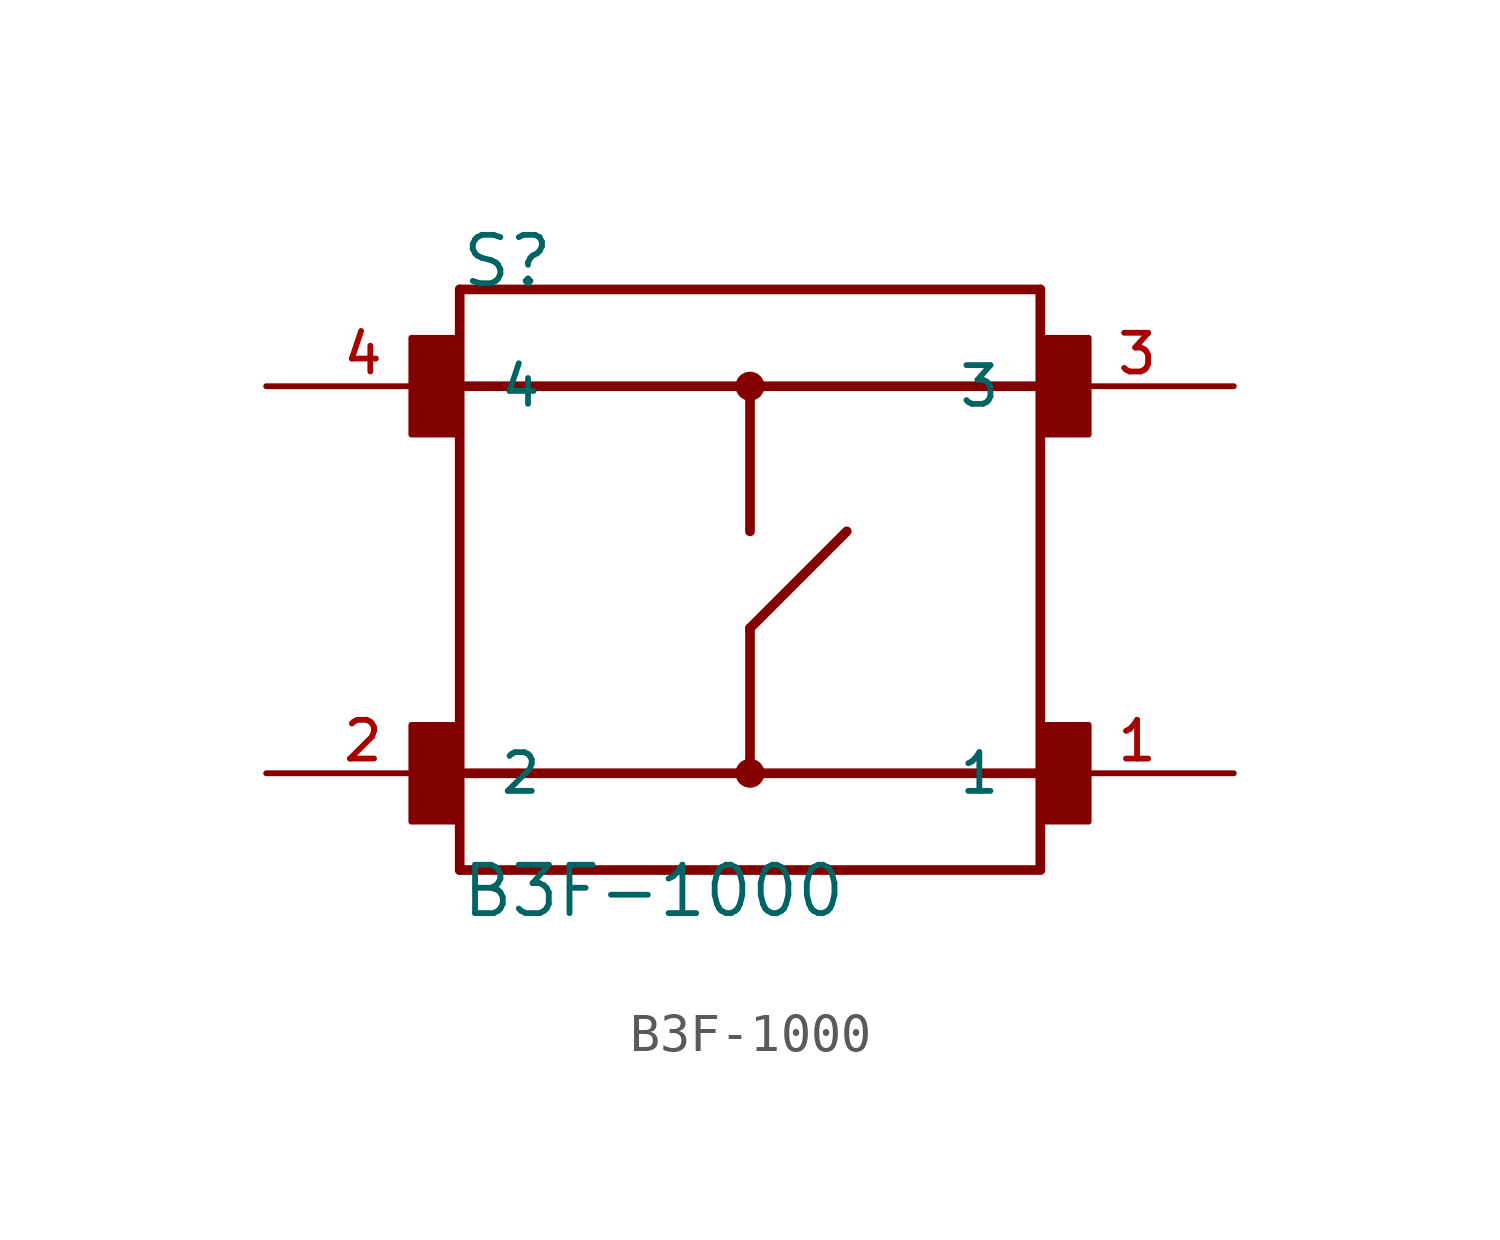
<source format=kicad_sym>
(kicad_symbol_lib
  (version 20211014)
  (generator kicad_symbol_editor)
  (symbol "B3F-1000"
    (pin_names
      (offset 1.016))
    (property "Reference" "S"
      (at -7.62 7.62 0)
      (effects (font (size 1.27 1.27)) (justify left bottom)))
    (property "Value" "B3F-1000"
      (at -7.62 -8.915 0)
      (effects (font (size 1.27 1.27)) (justify left bottom)))
    (property "ki_locked" ""
      (at 0 0 0)
      (effects (font (size 1.27 1.27))))
    (symbol "B3F-1000_0_0"
      (rectangle (start -8.89 -6.35) (end -7.62 -3.81) (stroke (width 0) (type default) (color 0 0 0 0)) (fill (type outline)))
      (rectangle (start -8.89 3.81) (end -7.62 6.35) (stroke (width 0) (type default) (color 0 0 0 0)) (fill (type outline)))
      (circle (center 0 -5.08) (radius 0.254) (stroke (width 0.254) (type default) (color 0 0 0 0)) (fill (type none)))
      (polyline (pts (xy -7.62 -7.62) (xy -7.62 -5.08)) (stroke (width 0.254) (type default) (color 0 0 0 0)) (fill (type none)))
      (polyline (pts (xy -7.62 -5.08) (xy -7.62 5.08)) (stroke (width 0.254) (type default) (color 0 0 0 0)) (fill (type none)))
      (polyline (pts (xy -7.62 -5.08) (xy 0 -5.08)) (stroke (width 0.254) (type default) (color 0 0 0 0)) (fill (type none)))
      (polyline (pts (xy -7.62 5.08) (xy -7.62 7.62)) (stroke (width 0.254) (type default) (color 0 0 0 0)) (fill (type none)))
      (polyline (pts (xy -7.62 5.08) (xy 0 5.08)) (stroke (width 0.254) (type default) (color 0 0 0 0)) (fill (type none)))
      (polyline (pts (xy -7.62 7.62) (xy 7.62 7.62)) (stroke (width 0.254) (type default) (color 0 0 0 0)) (fill (type none)))
      (polyline (pts (xy 0 -5.08) (xy 0 -1.27)) (stroke (width 0.254) (type default) (color 0 0 0 0)) (fill (type none)))
      (polyline (pts (xy 0 -5.08) (xy 7.62 -5.08)) (stroke (width 0.254) (type default) (color 0 0 0 0)) (fill (type none)))
      (polyline (pts (xy 0 -1.27) (xy 2.54 1.27)) (stroke (width 0.254) (type default) (color 0 0 0 0)) (fill (type none)))
      (polyline (pts (xy 0 5.08) (xy 0 1.27)) (stroke (width 0.254) (type default) (color 0 0 0 0)) (fill (type none)))
      (polyline (pts (xy 0 5.08) (xy 7.62 5.08)) (stroke (width 0.254) (type default) (color 0 0 0 0)) (fill (type none)))
      (polyline (pts (xy 7.62 -7.62) (xy -7.62 -7.62)) (stroke (width 0.254) (type default) (color 0 0 0 0)) (fill (type none)))
      (polyline (pts (xy 7.62 -5.08) (xy 7.62 -7.62)) (stroke (width 0.254) (type default) (color 0 0 0 0)) (fill (type none)))
      (polyline (pts (xy 7.62 5.08) (xy 7.62 -5.08)) (stroke (width 0.254) (type default) (color 0 0 0 0)) (fill (type none)))
      (polyline (pts (xy 7.62 7.62) (xy 7.62 5.08)) (stroke (width 0.254) (type default) (color 0 0 0 0)) (fill (type none)))
      (circle (center 0 5.08) (radius 0.254) (stroke (width 0.254) (type default) (color 0 0 0 0)) (fill (type none)))
      (rectangle (start 7.62 -6.35) (end 8.89 -3.81) (stroke (width 0) (type default) (color 0 0 0 0)) (fill (type outline)))
      (rectangle (start 7.62 3.81) (end 8.89 6.35) (stroke (width 0) (type default) (color 0 0 0 0)) (fill (type outline)))
      (pin passive line (at 12.7 -5.08 180) (length 5.08) (name "1" (effects (font (size 1.016 1.016)))) (number "1" (effects (font (size 1.016 1.016)))))
      (pin passive line (at -12.7 -5.08 0) (length 5.08) (name "2" (effects (font (size 1.016 1.016)))) (number "2" (effects (font (size 1.016 1.016)))))
      (pin passive line (at 12.7 5.08 180) (length 5.08) (name "3" (effects (font (size 1.016 1.016)))) (number "3" (effects (font (size 1.016 1.016)))))
      (pin passive line (at -12.7 5.08 0) (length 5.08) (name "4" (effects (font (size 1.016 1.016)))) (number "4" (effects (font (size 1.016 1.016))))))))
</source>
